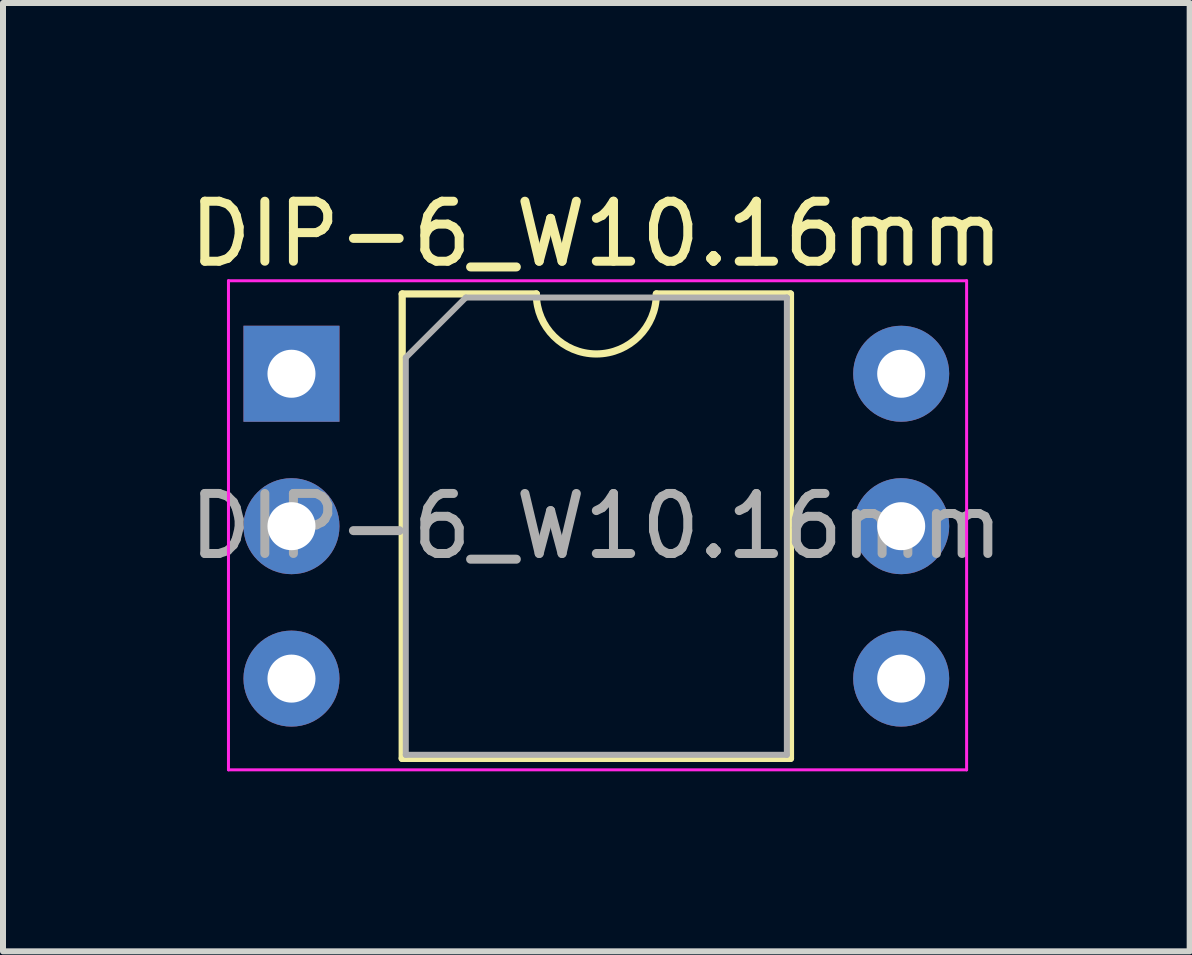
<source format=kicad_pcb>
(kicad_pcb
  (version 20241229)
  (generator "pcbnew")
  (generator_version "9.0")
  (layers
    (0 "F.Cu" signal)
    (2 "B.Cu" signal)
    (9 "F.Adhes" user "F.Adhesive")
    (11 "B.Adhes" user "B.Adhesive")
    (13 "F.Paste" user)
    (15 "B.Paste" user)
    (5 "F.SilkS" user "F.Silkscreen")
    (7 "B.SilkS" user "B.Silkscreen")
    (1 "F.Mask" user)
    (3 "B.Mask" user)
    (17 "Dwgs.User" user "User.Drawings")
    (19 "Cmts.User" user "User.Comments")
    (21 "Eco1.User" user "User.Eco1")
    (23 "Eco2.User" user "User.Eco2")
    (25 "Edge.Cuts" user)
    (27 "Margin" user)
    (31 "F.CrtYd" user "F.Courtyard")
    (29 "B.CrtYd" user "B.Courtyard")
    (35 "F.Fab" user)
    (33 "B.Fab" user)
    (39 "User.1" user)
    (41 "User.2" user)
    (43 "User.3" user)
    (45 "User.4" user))
  (footprint "DIP-6_W10.16mm"
    (layer "F.Cu")
    (at 1.807 3.178)
    (property "Reference" "DIP-6_W10.16mm" (at 5.08 -2.33 0) (layer "F.SilkS") (effects (font (size 1 1) (thickness 0.15))))
    (attr through_hole)
    (fp_line (start 1.845 -1.33) (end 1.845 6.41) (stroke (width 0.12) (type solid)) (layer "F.SilkS"))
    (fp_line (start 1.845 6.41) (end 8.315 6.41) (stroke (width 0.12) (type solid)) (layer "F.SilkS"))
    (fp_line (start 4.08 -1.33) (end 1.845 -1.33) (stroke (width 0.12) (type solid)) (layer "F.SilkS"))
    (fp_line (start 8.315 -1.33) (end 6.08 -1.33) (stroke (width 0.12) (type solid)) (layer "F.SilkS"))
    (fp_line (start 8.315 6.41) (end 8.315 -1.33) (stroke (width 0.12) (type solid)) (layer "F.SilkS"))
    (fp_arc (start 6.08 -1.33) (mid 5.08 -0.33) (end 4.08 -1.33) (stroke (width 0.12) (type solid)) (layer "F.SilkS"))
    (fp_line (start -1.05 -1.55) (end -1.05 6.6) (stroke (width 0.05) (type solid)) (layer "F.CrtYd"))
    (fp_line (start -1.05 6.6) (end 11.25 6.6) (stroke (width 0.05) (type solid)) (layer "F.CrtYd"))
    (fp_line (start 11.25 -1.55) (end -1.05 -1.55) (stroke (width 0.05) (type solid)) (layer "F.CrtYd"))
    (fp_line (start 11.25 6.6) (end 11.25 -1.55) (stroke (width 0.05) (type solid)) (layer "F.CrtYd"))
    (fp_line (start 1.905 -0.27) (end 2.905 -1.27) (stroke (width 0.1) (type solid)) (layer "F.Fab"))
    (fp_line (start 1.905 6.35) (end 1.905 -0.27) (stroke (width 0.1) (type solid)) (layer "F.Fab"))
    (fp_line (start 2.905 -1.27) (end 8.255 -1.27) (stroke (width 0.1) (type solid)) (layer "F.Fab"))
    (fp_line (start 8.255 -1.27) (end 8.255 6.35) (stroke (width 0.1) (type solid)) (layer "F.Fab"))
    (fp_line (start 8.255 6.35) (end 1.905 6.35) (stroke (width 0.1) (type solid)) (layer "F.Fab"))
    (fp_text user "${REFERENCE}" (at 5.08 2.54 0) (layer "F.Fab") (effects (font (size 1 1) (thickness 0.15))))
    (pad "1" thru_hole oval (at 10.16 0) (size 1.6 1.6) (drill 0.8) (layers "*.Cu" "*.Mask"))
    (pad "2" thru_hole oval (at 10.16 2.54) (size 1.6 1.6) (drill 0.8) (layers "*.Cu" "*.Mask"))
    (pad "3" thru_hole oval (at 10.16 5.08) (size 1.6 1.6) (drill 0.8) (layers "*.Cu" "*.Mask"))
    (pad "4" thru_hole oval (at 0 5.08) (size 1.6 1.6) (drill 0.8) (layers "*.Cu" "*.Mask"))
    (pad "5" thru_hole oval (at 0 2.54) (size 1.6 1.6) (drill 0.8) (layers "*.Cu" "*.Mask"))
    (pad "6" thru_hole rect (at 0 0) (size 1.6 1.6) (drill 0.8) (layers "*.Cu" "*.Mask")))
  (gr_rect
    (start -3 -3)
    (end 16.774 12.803)
    (stroke (width 0.1) (type default))
    (fill no)
    (layer "Edge.Cuts")))
</source>
